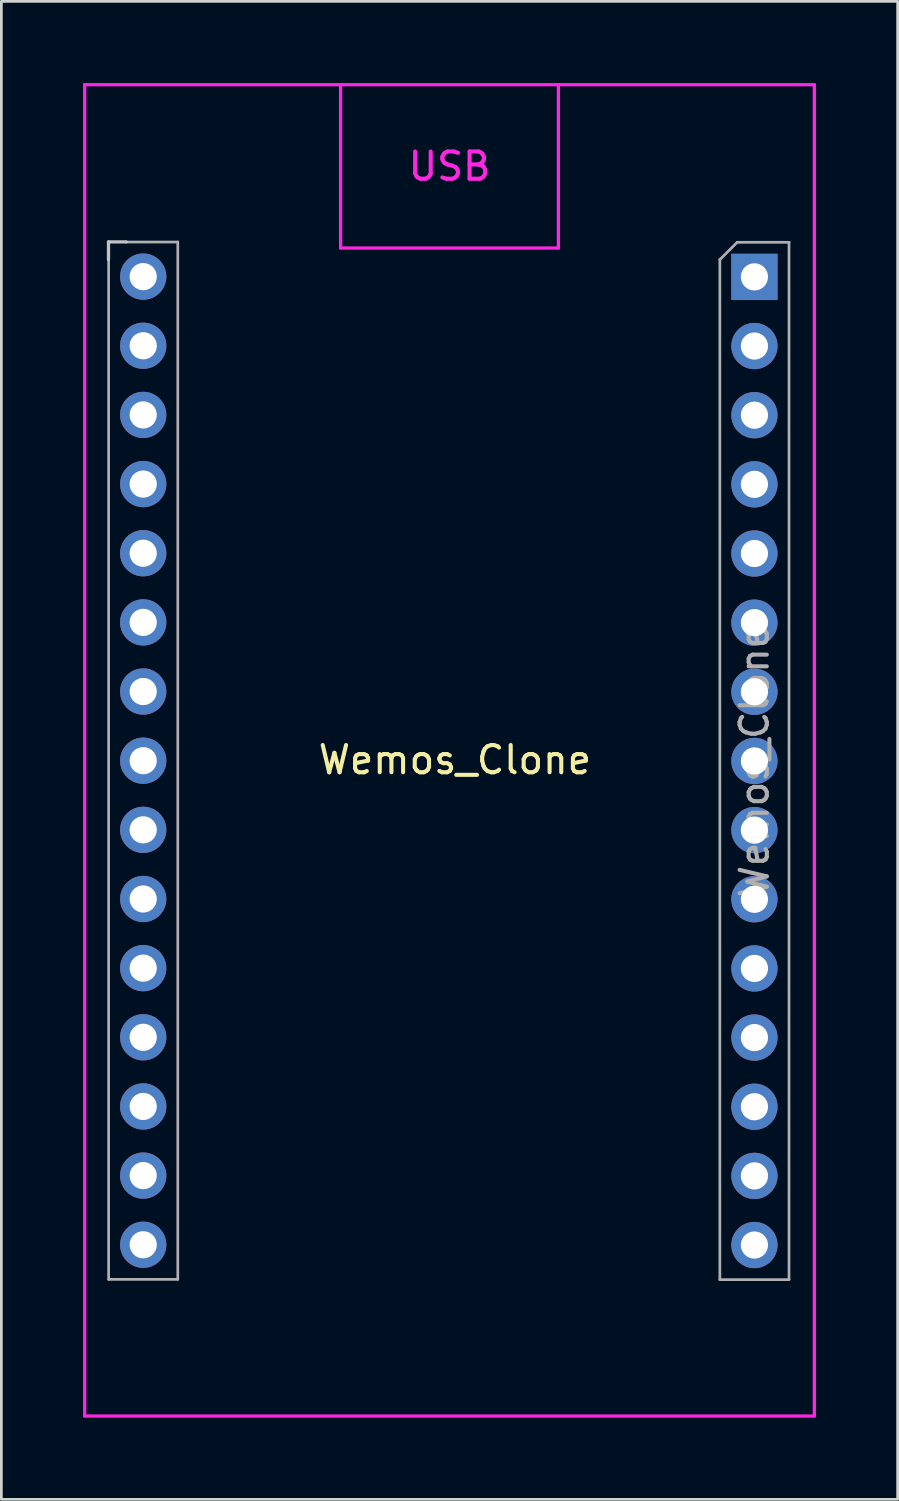
<source format=kicad_pcb>
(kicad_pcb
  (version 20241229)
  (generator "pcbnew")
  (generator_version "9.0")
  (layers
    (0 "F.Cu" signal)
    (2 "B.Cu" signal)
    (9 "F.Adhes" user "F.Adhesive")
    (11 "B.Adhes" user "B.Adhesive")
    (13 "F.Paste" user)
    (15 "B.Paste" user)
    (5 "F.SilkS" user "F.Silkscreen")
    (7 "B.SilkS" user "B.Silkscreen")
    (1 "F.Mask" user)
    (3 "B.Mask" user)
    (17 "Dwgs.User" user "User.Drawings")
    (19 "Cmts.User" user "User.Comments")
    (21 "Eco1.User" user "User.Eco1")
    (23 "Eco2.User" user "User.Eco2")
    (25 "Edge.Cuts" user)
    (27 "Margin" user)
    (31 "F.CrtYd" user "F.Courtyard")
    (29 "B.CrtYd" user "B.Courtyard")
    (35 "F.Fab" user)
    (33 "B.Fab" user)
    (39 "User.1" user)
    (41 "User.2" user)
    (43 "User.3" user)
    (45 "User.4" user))
  (footprint "Wemos_Clone"
    (layer "F.Cu")
    (at 13.46 24.86)
    (property "Reference" "Wemos_Clone" (at 0.2 0 0) (layer "F.SilkS") (effects (font (size 1 1) (thickness 0.15))))
    (attr through_hole)
    (fp_line (start -12.525 -19.025) (end -12.525 -18.375) (stroke (width 0.12) (type solid)) (layer "Dwgs.User"))
    (fp_line (start -11.875 -19.025) (end -12.525 -19.025) (stroke (width 0.12) (type solid)) (layer "Dwgs.User"))
    (fp_line (start -13.4 -24.8) (end -13.4 24.1) (stroke (width 0.12) (type solid)) (layer "F.CrtYd"))
    (fp_line (start -13.4 24.1) (end 13.4 24.1) (stroke (width 0.12) (type solid)) (layer "F.CrtYd"))
    (fp_line (start -4 -24.8) (end -4 -18.8) (stroke (width 0.12) (type solid)) (layer "F.CrtYd"))
    (fp_line (start -4 -18.8) (end 4 -18.8) (stroke (width 0.12) (type solid)) (layer "F.CrtYd"))
    (fp_line (start 4 -18.8) (end 4 -24.8) (stroke (width 0.12) (type solid)) (layer "F.CrtYd"))
    (fp_line (start 13.4 -24.8) (end -13.4 -24.8) (stroke (width 0.12) (type solid)) (layer "F.CrtYd"))
    (fp_line (start 13.4 24.1) (end 13.4 -24.8) (stroke (width 0.12) (type solid)) (layer "F.CrtYd"))
    (fp_line (start -12.52 19.08) (end -12.52 -18.385) (stroke (width 0.1) (type solid)) (layer "F.Fab"))
    (fp_line (start -11.885 -19.02) (end -9.98 -19.02) (stroke (width 0.1) (type solid)) (layer "F.Fab"))
    (fp_line (start -9.98 -19.02) (end -9.98 19.08) (stroke (width 0.1) (type solid)) (layer "F.Fab"))
    (fp_line (start -9.98 19.08) (end -12.52 19.08) (stroke (width 0.1) (type solid)) (layer "F.Fab"))
    (fp_line (start 9.93 -18.375) (end 10.565 -19.01) (stroke (width 0.1) (type solid)) (layer "F.Fab"))
    (fp_line (start 9.93 19.09) (end 9.93 -18.375) (stroke (width 0.1) (type solid)) (layer "F.Fab"))
    (fp_line (start 10.565 -19.01) (end 12.47 -19.01) (stroke (width 0.1) (type solid)) (layer "F.Fab"))
    (fp_line (start 12.47 -19.01) (end 12.47 19.09) (stroke (width 0.1) (type solid)) (layer "F.Fab"))
    (fp_line (start 12.47 19.09) (end 9.93 19.09) (stroke (width 0.1) (type solid)) (layer "F.Fab"))
    (fp_text user "USB" (at 0 -21.8 0) (layer "F.CrtYd") (effects (font (size 1 1) (thickness 0.15))))
    (fp_text user "${REFERENCE}" (at 11.2 0.04 90) (layer "F.Fab") (effects (font (size 1 1) (thickness 0.15))))
    (pad "1" thru_hole rect (at 11.2 -17.74) (size 1.7 1.7) (drill 1) (layers "*.Cu" "*.Mask"))
    (pad "2" thru_hole oval (at 11.2 -15.2) (size 1.7 1.7) (drill 1) (layers "*.Cu" "*.Mask"))
    (pad "3" thru_hole oval (at 11.2 -12.66) (size 1.7 1.7) (drill 1) (layers "*.Cu" "*.Mask"))
    (pad "4" thru_hole oval (at 11.2 -10.12) (size 1.7 1.7) (drill 1) (layers "*.Cu" "*.Mask"))
    (pad "5" thru_hole oval (at 11.2 -7.58) (size 1.7 1.7) (drill 1) (layers "*.Cu" "*.Mask"))
    (pad "6" thru_hole oval (at 11.2 -5.04) (size 1.7 1.7) (drill 1) (layers "*.Cu" "*.Mask"))
    (pad "7" thru_hole oval (at 11.2 -2.5) (size 1.7 1.7) (drill 1) (layers "*.Cu" "*.Mask"))
    (pad "8" thru_hole oval (at 11.2 0.04) (size 1.7 1.7) (drill 1) (layers "*.Cu" "*.Mask"))
    (pad "9" thru_hole oval (at 11.2 2.58) (size 1.7 1.7) (drill 1) (layers "*.Cu" "*.Mask"))
    (pad "10" thru_hole oval (at 11.2 5.12) (size 1.7 1.7) (drill 1) (layers "*.Cu" "*.Mask"))
    (pad "11" thru_hole oval (at 11.2 7.66) (size 1.7 1.7) (drill 1) (layers "*.Cu" "*.Mask"))
    (pad "12" thru_hole oval (at 11.2 10.2) (size 1.7 1.7) (drill 1) (layers "*.Cu" "*.Mask"))
    (pad "13" thru_hole oval (at 11.2 12.74) (size 1.7 1.7) (drill 1) (layers "*.Cu" "*.Mask"))
    (pad "14" thru_hole oval (at 11.2 15.28) (size 1.7 1.7) (drill 1) (layers "*.Cu" "*.Mask"))
    (pad "15" thru_hole oval (at 11.2 17.82) (size 1.7 1.7) (drill 1) (layers "*.Cu" "*.Mask"))
    (pad "16" thru_hole oval (at -11.25 17.81) (size 1.7 1.7) (drill 1) (layers "*.Cu" "*.Mask"))
    (pad "17" thru_hole oval (at -11.25 15.27) (size 1.7 1.7) (drill 1) (layers "*.Cu" "*.Mask"))
    (pad "18" thru_hole oval (at -11.25 12.73) (size 1.7 1.7) (drill 1) (layers "*.Cu" "*.Mask"))
    (pad "19" thru_hole oval (at -11.25 10.19) (size 1.7 1.7) (drill 1) (layers "*.Cu" "*.Mask"))
    (pad "20" thru_hole oval (at -11.25 7.65) (size 1.7 1.7) (drill 1) (layers "*.Cu" "*.Mask"))
    (pad "21" thru_hole oval (at -11.25 5.11) (size 1.7 1.7) (drill 1) (layers "*.Cu" "*.Mask"))
    (pad "22" thru_hole oval (at -11.25 2.57) (size 1.7 1.7) (drill 1) (layers "*.Cu" "*.Mask"))
    (pad "23" thru_hole oval (at -11.25 0.03) (size 1.7 1.7) (drill 1) (layers "*.Cu" "*.Mask"))
    (pad "24" thru_hole oval (at -11.25 -2.51) (size 1.7 1.7) (drill 1) (layers "*.Cu" "*.Mask"))
    (pad "25" thru_hole oval (at -11.25 -5.05) (size 1.7 1.7) (drill 1) (layers "*.Cu" "*.Mask"))
    (pad "26" thru_hole oval (at -11.25 -7.59) (size 1.7 1.7) (drill 1) (layers "*.Cu" "*.Mask"))
    (pad "27" thru_hole oval (at -11.25 -10.13) (size 1.7 1.7) (drill 1) (layers "*.Cu" "*.Mask"))
    (pad "28" thru_hole oval (at -11.25 -12.67) (size 1.7 1.7) (drill 1) (layers "*.Cu" "*.Mask"))
    (pad "29" thru_hole oval (at -11.25 -15.21) (size 1.7 1.7) (drill 1) (layers "*.Cu" "*.Mask"))
    (pad "30" thru_hole circle (at -11.25 -17.75) (size 1.7 1.7) (drill 1) (layers "*.Cu" "*.Mask")))
  (gr_rect
    (start -3 -3)
    (end 29.92 52.02)
    (stroke (width 0.1) (type default))
    (fill no)
    (layer "Edge.Cuts")))
</source>
